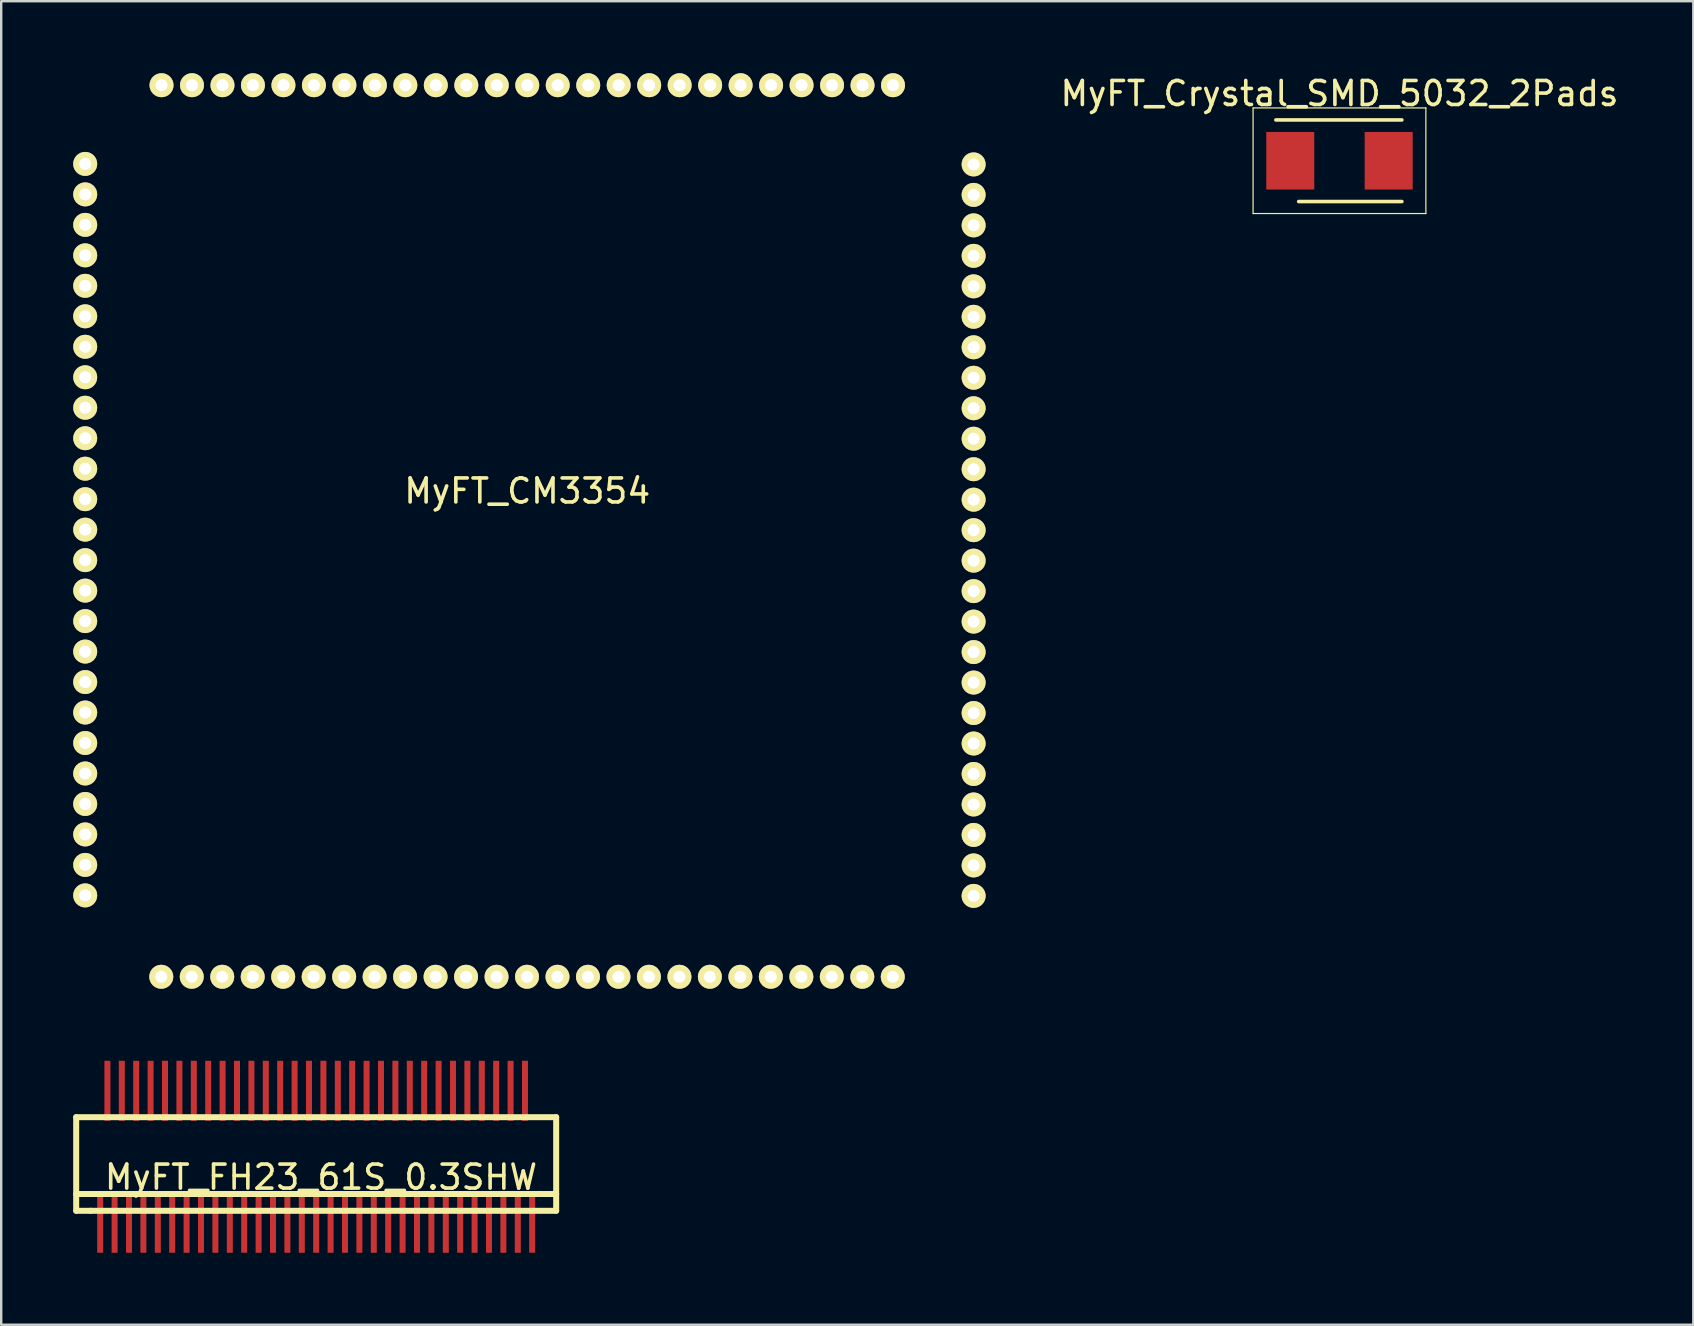
<source format=kicad_pcb>
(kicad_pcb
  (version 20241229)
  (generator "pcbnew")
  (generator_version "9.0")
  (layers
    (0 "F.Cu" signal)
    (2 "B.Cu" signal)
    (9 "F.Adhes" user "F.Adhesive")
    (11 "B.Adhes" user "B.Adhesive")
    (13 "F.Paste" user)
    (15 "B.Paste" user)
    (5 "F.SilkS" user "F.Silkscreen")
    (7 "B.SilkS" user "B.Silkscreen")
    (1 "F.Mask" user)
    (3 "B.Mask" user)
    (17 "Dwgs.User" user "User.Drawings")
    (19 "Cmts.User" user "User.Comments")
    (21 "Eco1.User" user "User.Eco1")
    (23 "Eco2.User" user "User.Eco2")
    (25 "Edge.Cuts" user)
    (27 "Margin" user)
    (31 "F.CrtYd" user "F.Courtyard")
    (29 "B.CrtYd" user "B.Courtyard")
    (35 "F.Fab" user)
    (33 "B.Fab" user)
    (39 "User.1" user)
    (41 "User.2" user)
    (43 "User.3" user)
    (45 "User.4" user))
  (footprint "MyFT_Crystal_SMD_5032_2Pads"
    (layer "F.Cu")
    (at 52.764 3.648)
    (property "Reference" "MyFT_Crystal_SMD_5032_2Pads" (at 0 -2.8 0) (layer "F.SilkS") (effects (font (size 1 1) (thickness 0.15))))
    (attr smd)
    (fp_line (start -3.6 -2.2) (end -3.6 2.2) (stroke (width 0.05) (type solid)) (layer "F.SilkS"))
    (fp_line (start -3.6 2.2) (end 3.6 2.2) (stroke (width 0.05) (type solid)) (layer "F.SilkS"))
    (fp_line (start -2.65 -1.7) (end 2.6 -1.7) (stroke (width 0.15) (type solid)) (layer "F.SilkS"))
    (fp_line (start 2.6 1.7) (end -1.7 1.7) (stroke (width 0.15) (type solid)) (layer "F.SilkS"))
    (fp_line (start 3.6 -2.2) (end -3.6 -2.2) (stroke (width 0.05) (type solid)) (layer "F.SilkS"))
    (fp_line (start 3.6 2.2) (end 3.6 -2.2) (stroke (width 0.05) (type solid)) (layer "F.SilkS"))
    (pad "1" smd rect (at -2.05 0) (size 2 2.4) (layers "F.Cu" "F.Mask" "F.Paste"))
    (pad "2" smd rect (at 2.05 0) (size 2 2.4) (layers "F.Cu" "F.Mask" "F.Paste")))
  (footprint "MyFT_FH23_61S_0.3SHW"
    (layer "F.Cu")
    (at 10.125 45.401)
    (property "Reference" "MyFT_FH23_61S_0.3SHW" (at 0.2 0.6 0) (layer "F.SilkS") (effects (font (size 1 1) (thickness 0.15))))
    (attr through_hole)
    (fp_line (start -10 -1.9) (end 10 -1.9) (stroke (width 0.25) (type solid)) (layer "F.SilkS"))
    (fp_line (start -10 1.3) (end 10 1.3) (stroke (width 0.25) (type solid)) (layer "F.SilkS"))
    (fp_line (start -10 2) (end -10 -1.9) (stroke (width 0.25) (type solid)) (layer "F.SilkS"))
    (fp_line (start -9.4 2) (end -10 2) (stroke (width 0.25) (type solid)) (layer "F.SilkS"))
    (fp_line (start 10 -1.9) (end 10 2) (stroke (width 0.25) (type solid)) (layer "F.SilkS"))
    (fp_line (start 10 2) (end -9.4 2) (stroke (width 0.25) (type solid)) (layer "F.SilkS"))
    (pad "1" connect rect (at -9 2.5) (size 0.25 2.5) (layers "F.Cu" "F.Mask"))
    (pad "2" connect rect (at -8.7 -3) (size 0.25 2.5) (layers "F.Cu" "F.Mask"))
    (pad "3" connect rect (at -8.4 2.5) (size 0.25 2.5) (layers "F.Cu" "F.Mask"))
    (pad "4" connect rect (at -8.1 -3) (size 0.25 2.5) (layers "F.Cu" "F.Mask"))
    (pad "5" connect rect (at -7.8 2.5) (size 0.25 2.5) (layers "F.Cu" "F.Mask"))
    (pad "6" connect rect (at -7.5 -3) (size 0.25 2.5) (layers "F.Cu" "F.Mask"))
    (pad "7" connect rect (at -7.2 2.5) (size 0.25 2.5) (layers "F.Cu" "F.Mask"))
    (pad "8" connect rect (at -6.9 -3) (size 0.25 2.5) (layers "F.Cu" "F.Mask"))
    (pad "9" connect rect (at -6.6 2.5) (size 0.25 2.5) (layers "F.Cu" "F.Mask"))
    (pad "10" connect rect (at -6.3 -3) (size 0.25 2.5) (layers "F.Cu" "F.Mask"))
    (pad "11" connect rect (at -6 2.5) (size 0.25 2.5) (layers "F.Cu" "F.Mask"))
    (pad "12" connect rect (at -5.7 -3) (size 0.25 2.5) (layers "F.Cu" "F.Mask"))
    (pad "13" connect rect (at -5.4 2.5) (size 0.25 2.5) (layers "F.Cu" "F.Mask"))
    (pad "14" connect rect (at -5.1 -3) (size 0.25 2.5) (layers "F.Cu" "F.Mask"))
    (pad "15" connect rect (at -4.8 2.5) (size 0.25 2.5) (layers "F.Cu" "F.Mask"))
    (pad "16" connect rect (at -4.5 -3) (size 0.25 2.5) (layers "F.Cu" "F.Mask"))
    (pad "17" connect rect (at -4.2 2.5) (size 0.25 2.5) (layers "F.Cu" "F.Mask"))
    (pad "18" connect rect (at -3.9 -3) (size 0.25 2.5) (layers "F.Cu" "F.Mask"))
    (pad "19" connect rect (at -3.6 2.5) (size 0.25 2.5) (layers "F.Cu" "F.Mask"))
    (pad "20" connect rect (at -3.3 -3) (size 0.25 2.5) (layers "F.Cu" "F.Mask"))
    (pad "21" connect rect (at -3 2.5) (size 0.25 2.5) (layers "F.Cu" "F.Mask"))
    (pad "22" connect rect (at -2.7 -3) (size 0.25 2.5) (layers "F.Cu" "F.Mask"))
    (pad "23" connect rect (at -2.4 2.5) (size 0.25 2.5) (layers "F.Cu" "F.Mask"))
    (pad "24" connect rect (at -2.1 -3) (size 0.25 2.5) (layers "F.Cu" "F.Mask"))
    (pad "25" connect rect (at -1.8 2.5) (size 0.25 2.5) (layers "F.Cu" "F.Mask"))
    (pad "26" connect rect (at -1.5 -3) (size 0.25 2.5) (layers "F.Cu" "F.Mask"))
    (pad "27" connect rect (at -1.2 2.5) (size 0.25 2.5) (layers "F.Cu" "F.Mask"))
    (pad "28" connect rect (at -0.9 -3) (size 0.25 2.5) (layers "F.Cu" "F.Mask"))
    (pad "29" connect rect (at -0.6 2.5) (size 0.25 2.5) (layers "F.Cu" "F.Mask"))
    (pad "30" connect rect (at -0.3 -3) (size 0.25 2.5) (layers "F.Cu" "F.Mask"))
    (pad "31" connect rect (at 0 2.5) (size 0.25 2.5) (layers "F.Cu" "F.Mask"))
    (pad "32" connect rect (at 0.3 -3) (size 0.25 2.5) (layers "F.Cu" "F.Mask"))
    (pad "33" connect rect (at 0.6 2.5) (size 0.25 2.5) (layers "F.Cu" "F.Mask"))
    (pad "34" connect rect (at 0.9 -3) (size 0.25 2.5) (layers "F.Cu" "F.Mask"))
    (pad "35" connect rect (at 1.2 2.5) (size 0.25 2.5) (layers "F.Cu" "F.Mask"))
    (pad "36" connect rect (at 1.5 -3) (size 0.25 2.5) (layers "F.Cu" "F.Mask"))
    (pad "37" connect rect (at 1.8 2.5) (size 0.25 2.5) (layers "F.Cu" "F.Mask"))
    (pad "38" connect rect (at 2.1 -3) (size 0.25 2.5) (layers "F.Cu" "F.Mask"))
    (pad "39" connect rect (at 2.4 2.5) (size 0.25 2.5) (layers "F.Cu" "F.Mask"))
    (pad "40" connect rect (at 2.7 -3) (size 0.25 2.5) (layers "F.Cu" "F.Mask"))
    (pad "41" connect rect (at 3 2.5) (size 0.25 2.5) (layers "F.Cu" "F.Mask"))
    (pad "42" connect rect (at 3.3 -3) (size 0.25 2.5) (layers "F.Cu" "F.Mask"))
    (pad "43" connect rect (at 3.6 2.5) (size 0.25 2.5) (layers "F.Cu" "F.Mask"))
    (pad "44" connect rect (at 3.9 -3) (size 0.25 2.5) (layers "F.Cu" "F.Mask"))
    (pad "45" connect rect (at 4.2 2.5) (size 0.25 2.5) (layers "F.Cu" "F.Mask"))
    (pad "46" connect rect (at 4.5 -3) (size 0.25 2.5) (layers "F.Cu" "F.Mask"))
    (pad "47" connect rect (at 4.8 2.5) (size 0.25 2.5) (layers "F.Cu" "F.Mask"))
    (pad "48" connect rect (at 5.1 -3) (size 0.25 2.5) (layers "F.Cu" "F.Mask"))
    (pad "49" connect rect (at 5.4 2.5) (size 0.25 2.5) (layers "F.Cu" "F.Mask"))
    (pad "50" connect rect (at 5.7 -3) (size 0.25 2.5) (layers "F.Cu" "F.Mask"))
    (pad "51" connect rect (at 6 2.5) (size 0.25 2.5) (layers "F.Cu" "F.Mask"))
    (pad "52" connect rect (at 6.3 -3) (size 0.25 2.5) (layers "F.Cu" "F.Mask"))
    (pad "53" connect rect (at 6.6 2.5) (size 0.25 2.5) (layers "F.Cu" "F.Mask"))
    (pad "54" connect rect (at 6.9 -3) (size 0.25 2.5) (layers "F.Cu" "F.Mask"))
    (pad "55" connect rect (at 7.2 2.5) (size 0.25 2.5) (layers "F.Cu" "F.Mask"))
    (pad "56" connect rect (at 7.5 -3) (size 0.25 2.5) (layers "F.Cu" "F.Mask"))
    (pad "57" connect rect (at 7.8 2.5) (size 0.25 2.5) (layers "F.Cu" "F.Mask"))
    (pad "58" connect rect (at 8.1 -3) (size 0.25 2.5) (layers "F.Cu" "F.Mask"))
    (pad "59" connect rect (at 8.4 2.5) (size 0.25 2.5) (layers "F.Cu" "F.Mask"))
    (pad "60" connect rect (at 8.7 -3) (size 0.25 2.5) (layers "F.Cu" "F.Mask"))
    (pad "61" connect rect (at 9 2.5) (size 0.25 2.5) (layers "F.Cu" "F.Mask")))
  (footprint "MyFT_CM3354"
    (layer "F.Cu")
    (at 18.92 18.68)
    (property "Reference" "MyFT_CM3354" (at 0 -1.27 0) (layer "F.SilkS") (effects (font (size 1 1) (thickness 0.15))))
    (attr through_hole)
    (fp_line (start -16.891 -16.668) (end -16.891 17.241) (stroke (width 0.15) (type solid)) (layer "Eco2.User"))
    (fp_line (start -16.891 -16.668) (end 17.018 -16.668) (stroke (width 0.15) (type solid)) (layer "Eco2.User"))
    (fp_line (start -16.891 17.369) (end 17.018 17.369) (stroke (width 0.15) (type solid)) (layer "Eco2.User"))
    (fp_line (start 17.018 -16.668) (end 17.018 17.241) (stroke (width 0.15) (type solid)) (layer "Eco2.User"))
    (pad "1" thru_hole circle (at 15.24 -18.18 270) (size 1 1) (drill 0.5) (layers "*.Cu" "*.Mask" "F.SilkS"))
    (pad "2" thru_hole circle (at 13.97 -18.18 270) (size 1 1) (drill 0.5) (layers "*.Cu" "*.Mask" "F.SilkS"))
    (pad "3" thru_hole circle (at 12.7 -18.18 270) (size 1 1) (drill 0.5) (layers "*.Cu" "*.Mask" "F.SilkS"))
    (pad "4" thru_hole circle (at 11.43 -18.18 270) (size 1 1) (drill 0.5) (layers "*.Cu" "*.Mask" "F.SilkS"))
    (pad "5" thru_hole circle (at 10.16 -18.18 270) (size 1 1) (drill 0.5) (layers "*.Cu" "*.Mask" "F.SilkS"))
    (pad "6" thru_hole circle (at 8.89 -18.18 270) (size 1 1) (drill 0.5) (layers "*.Cu" "*.Mask" "F.SilkS"))
    (pad "7" thru_hole circle (at 7.62 -18.18 270) (size 1 1) (drill 0.5) (layers "*.Cu" "*.Mask" "F.SilkS"))
    (pad "8" thru_hole circle (at 6.35 -18.18 270) (size 1 1) (drill 0.5) (layers "*.Cu" "*.Mask" "F.SilkS"))
    (pad "9" thru_hole circle (at 5.08 -18.18 270) (size 1 1) (drill 0.5) (layers "*.Cu" "*.Mask" "F.SilkS"))
    (pad "10" thru_hole circle (at 3.81 -18.18 270) (size 1 1) (drill 0.5) (layers "*.Cu" "*.Mask" "F.SilkS"))
    (pad "11" thru_hole circle (at 2.54 -18.18 270) (size 1 1) (drill 0.5) (layers "*.Cu" "*.Mask" "F.SilkS"))
    (pad "12" thru_hole circle (at 1.27 -18.18 270) (size 1 1) (drill 0.5) (layers "*.Cu" "*.Mask" "F.SilkS"))
    (pad "13" thru_hole circle (at 0 -18.18 270) (size 1 1) (drill 0.5) (layers "*.Cu" "*.Mask" "F.SilkS"))
    (pad "14" thru_hole circle (at -1.27 -18.18 270) (size 1 1) (drill 0.5) (layers "*.Cu" "*.Mask" "F.SilkS"))
    (pad "15" thru_hole circle (at -2.54 -18.18 270) (size 1 1) (drill 0.5) (layers "*.Cu" "*.Mask" "F.SilkS"))
    (pad "16" thru_hole circle (at -3.81 -18.18 270) (size 1 1) (drill 0.5) (layers "*.Cu" "*.Mask" "F.SilkS"))
    (pad "17" thru_hole circle (at -5.08 -18.18 270) (size 1 1) (drill 0.5) (layers "*.Cu" "*.Mask" "F.SilkS"))
    (pad "18" thru_hole circle (at -6.35 -18.18 270) (size 1 1) (drill 0.5) (layers "*.Cu" "*.Mask" "F.SilkS"))
    (pad "19" thru_hole circle (at -7.62 -18.18 270) (size 1 1) (drill 0.5) (layers "*.Cu" "*.Mask" "F.SilkS"))
    (pad "20" thru_hole circle (at -8.89 -18.18 270) (size 1 1) (drill 0.5) (layers "*.Cu" "*.Mask" "F.SilkS"))
    (pad "21" thru_hole circle (at -10.16 -18.18 270) (size 1 1) (drill 0.5) (layers "*.Cu" "*.Mask" "F.SilkS"))
    (pad "22" thru_hole circle (at -11.43 -18.18 270) (size 1 1) (drill 0.5) (layers "*.Cu" "*.Mask" "F.SilkS"))
    (pad "23" thru_hole circle (at -12.7 -18.18 270) (size 1 1) (drill 0.5) (layers "*.Cu" "*.Mask" "F.SilkS"))
    (pad "24" thru_hole circle (at -13.97 -18.18 270) (size 1 1) (drill 0.5) (layers "*.Cu" "*.Mask" "F.SilkS"))
    (pad "25" thru_hole circle (at -15.24 -18.18 270) (size 1 1) (drill 0.5) (layers "*.Cu" "*.Mask" "F.SilkS"))
    (pad "26" thru_hole circle (at -18.42 -14.9 270) (size 1 1) (drill 0.5) (layers "*.Cu" "*.Mask" "F.SilkS"))
    (pad "27" thru_hole circle (at -18.42 -13.63 270) (size 1 1) (drill 0.5) (layers "*.Cu" "*.Mask" "F.SilkS"))
    (pad "28" thru_hole circle (at -18.42 -12.36 270) (size 1 1) (drill 0.5) (layers "*.Cu" "*.Mask" "F.SilkS"))
    (pad "29" thru_hole circle (at -18.42 -11.09 270) (size 1 1) (drill 0.5) (layers "*.Cu" "*.Mask" "F.SilkS"))
    (pad "30" thru_hole circle (at -18.42 -9.82 270) (size 1 1) (drill 0.5) (layers "*.Cu" "*.Mask" "F.SilkS"))
    (pad "31" thru_hole circle (at -18.42 -8.55 270) (size 1 1) (drill 0.5) (layers "*.Cu" "*.Mask" "F.SilkS"))
    (pad "32" thru_hole circle (at -18.42 -7.28 270) (size 1 1) (drill 0.5) (layers "*.Cu" "*.Mask" "F.SilkS"))
    (pad "33" thru_hole circle (at -18.42 -6.01 270) (size 1 1) (drill 0.5) (layers "*.Cu" "*.Mask" "F.SilkS"))
    (pad "34" thru_hole circle (at -18.42 -4.74 270) (size 1 1) (drill 0.5) (layers "*.Cu" "*.Mask" "F.SilkS"))
    (pad "35" thru_hole circle (at -18.42 -3.47 270) (size 1 1) (drill 0.5) (layers "*.Cu" "*.Mask" "F.SilkS"))
    (pad "36" thru_hole circle (at -18.42 -2.2 270) (size 1 1) (drill 0.5) (layers "*.Cu" "*.Mask" "F.SilkS"))
    (pad "37" thru_hole circle (at -18.42 -0.93 270) (size 1 1) (drill 0.5) (layers "*.Cu" "*.Mask" "F.SilkS"))
    (pad "38" thru_hole circle (at -18.42 0.34 270) (size 1 1) (drill 0.5) (layers "*.Cu" "*.Mask" "F.SilkS"))
    (pad "39" thru_hole circle (at -18.42 1.61 270) (size 1 1) (drill 0.5) (layers "*.Cu" "*.Mask" "F.SilkS"))
    (pad "40" thru_hole circle (at -18.42 2.88 270) (size 1 1) (drill 0.5) (layers "*.Cu" "*.Mask" "F.SilkS"))
    (pad "41" thru_hole circle (at -18.42 4.15 270) (size 1 1) (drill 0.5) (layers "*.Cu" "*.Mask" "F.SilkS"))
    (pad "42" thru_hole circle (at -18.42 5.42 270) (size 1 1) (drill 0.5) (layers "*.Cu" "*.Mask" "F.SilkS"))
    (pad "43" thru_hole circle (at -18.42 6.69 270) (size 1 1) (drill 0.5) (layers "*.Cu" "*.Mask" "F.SilkS"))
    (pad "44" thru_hole circle (at -18.42 7.96 270) (size 1 1) (drill 0.5) (layers "*.Cu" "*.Mask" "F.SilkS"))
    (pad "45" thru_hole circle (at -18.42 9.23 270) (size 1 1) (drill 0.5) (layers "*.Cu" "*.Mask" "F.SilkS"))
    (pad "46" thru_hole circle (at -18.42 10.5 270) (size 1 1) (drill 0.5) (layers "*.Cu" "*.Mask" "F.SilkS"))
    (pad "47" thru_hole circle (at -18.42 11.77 270) (size 1 1) (drill 0.5) (layers "*.Cu" "*.Mask" "F.SilkS"))
    (pad "48" thru_hole circle (at -18.42 13.04 270) (size 1 1) (drill 0.5) (layers "*.Cu" "*.Mask" "F.SilkS"))
    (pad "49" thru_hole circle (at -18.42 14.31 270) (size 1 1) (drill 0.5) (layers "*.Cu" "*.Mask" "F.SilkS"))
    (pad "50" thru_hole circle (at -18.42 15.58 270) (size 1 1) (drill 0.5) (layers "*.Cu" "*.Mask" "F.SilkS"))
    (pad "51" thru_hole circle (at -15.25 18.971 270) (size 1 1) (drill 0.5) (layers "*.Cu" "*.Mask" "F.SilkS"))
    (pad "52" thru_hole circle (at -13.98 18.971 270) (size 1 1) (drill 0.5) (layers "*.Cu" "*.Mask" "F.SilkS"))
    (pad "53" thru_hole circle (at -12.71 18.971 270) (size 1 1) (drill 0.5) (layers "*.Cu" "*.Mask" "F.SilkS"))
    (pad "54" thru_hole circle (at -11.44 18.971 270) (size 1 1) (drill 0.5) (layers "*.Cu" "*.Mask" "F.SilkS"))
    (pad "55" thru_hole circle (at -10.17 18.971 270) (size 1 1) (drill 0.5) (layers "*.Cu" "*.Mask" "F.SilkS"))
    (pad "56" thru_hole circle (at -8.9 18.971 270) (size 1 1) (drill 0.5) (layers "*.Cu" "*.Mask" "F.SilkS"))
    (pad "57" thru_hole circle (at -7.63 18.971 270) (size 1 1) (drill 0.5) (layers "*.Cu" "*.Mask" "F.SilkS"))
    (pad "58" thru_hole circle (at -6.36 18.971 270) (size 1 1) (drill 0.5) (layers "*.Cu" "*.Mask" "F.SilkS"))
    (pad "59" thru_hole circle (at -5.09 18.971 270) (size 1 1) (drill 0.5) (layers "*.Cu" "*.Mask" "F.SilkS"))
    (pad "60" thru_hole circle (at -3.82 18.971 270) (size 1 1) (drill 0.5) (layers "*.Cu" "*.Mask" "F.SilkS"))
    (pad "61" thru_hole circle (at -2.55 18.971 270) (size 1 1) (drill 0.5) (layers "*.Cu" "*.Mask" "F.SilkS"))
    (pad "62" thru_hole circle (at -1.28 18.971 270) (size 1 1) (drill 0.5) (layers "*.Cu" "*.Mask" "F.SilkS"))
    (pad "63" thru_hole circle (at -0.01 18.971 270) (size 1 1) (drill 0.5) (layers "*.Cu" "*.Mask" "F.SilkS"))
    (pad "64" thru_hole circle (at 1.26 18.971 270) (size 1 1) (drill 0.5) (layers "*.Cu" "*.Mask" "F.SilkS"))
    (pad "65" thru_hole circle (at 2.53 18.971 270) (size 1 1) (drill 0.5) (layers "*.Cu" "*.Mask" "F.SilkS"))
    (pad "66" thru_hole circle (at 3.8 18.971 270) (size 1 1) (drill 0.5) (layers "*.Cu" "*.Mask" "F.SilkS"))
    (pad "67" thru_hole circle (at 5.07 18.971 270) (size 1 1) (drill 0.5) (layers "*.Cu" "*.Mask" "F.SilkS"))
    (pad "68" thru_hole circle (at 6.34 18.971 270) (size 1 1) (drill 0.5) (layers "*.Cu" "*.Mask" "F.SilkS"))
    (pad "69" thru_hole circle (at 7.61 18.971 270) (size 1 1) (drill 0.5) (layers "*.Cu" "*.Mask" "F.SilkS"))
    (pad "70" thru_hole circle (at 8.88 18.971 270) (size 1 1) (drill 0.5) (layers "*.Cu" "*.Mask" "F.SilkS"))
    (pad "71" thru_hole circle (at 10.15 18.971 270) (size 1 1) (drill 0.5) (layers "*.Cu" "*.Mask" "F.SilkS"))
    (pad "72" thru_hole circle (at 11.42 18.971 270) (size 1 1) (drill 0.5) (layers "*.Cu" "*.Mask" "F.SilkS"))
    (pad "73" thru_hole circle (at 12.69 18.971 270) (size 1 1) (drill 0.5) (layers "*.Cu" "*.Mask" "F.SilkS"))
    (pad "74" thru_hole circle (at 13.96 18.971 270) (size 1 1) (drill 0.5) (layers "*.Cu" "*.Mask" "F.SilkS"))
    (pad "75" thru_hole circle (at 15.23 18.971 270) (size 1 1) (drill 0.5) (layers "*.Cu" "*.Mask" "F.SilkS"))
    (pad "76" thru_hole circle (at 18.6 15.601 270) (size 1 1) (drill 0.5) (layers "*.Cu" "*.Mask" "F.SilkS"))
    (pad "77" thru_hole circle (at 18.6 14.331 270) (size 1 1) (drill 0.5) (layers "*.Cu" "*.Mask" "F.SilkS"))
    (pad "78" thru_hole circle (at 18.6 13.061 270) (size 1 1) (drill 0.5) (layers "*.Cu" "*.Mask" "F.SilkS"))
    (pad "79" thru_hole circle (at 18.6 11.791 270) (size 1 1) (drill 0.5) (layers "*.Cu" "*.Mask" "F.SilkS"))
    (pad "80" thru_hole circle (at 18.6 10.521 270) (size 1 1) (drill 0.5) (layers "*.Cu" "*.Mask" "F.SilkS"))
    (pad "81" thru_hole circle (at 18.6 9.251 270) (size 1 1) (drill 0.5) (layers "*.Cu" "*.Mask" "F.SilkS"))
    (pad "82" thru_hole circle (at 18.6 7.981 270) (size 1 1) (drill 0.5) (layers "*.Cu" "*.Mask" "F.SilkS"))
    (pad "83" thru_hole circle (at 18.6 6.711 270) (size 1 1) (drill 0.5) (layers "*.Cu" "*.Mask" "F.SilkS"))
    (pad "84" thru_hole circle (at 18.6 5.441 270) (size 1 1) (drill 0.5) (layers "*.Cu" "*.Mask" "F.SilkS"))
    (pad "85" thru_hole circle (at 18.6 4.171 270) (size 1 1) (drill 0.5) (layers "*.Cu" "*.Mask" "F.SilkS"))
    (pad "86" thru_hole circle (at 18.6 2.901 270) (size 1 1) (drill 0.5) (layers "*.Cu" "*.Mask" "F.SilkS"))
    (pad "87" thru_hole circle (at 18.6 1.631 270) (size 1 1) (drill 0.5) (layers "*.Cu" "*.Mask" "F.SilkS"))
    (pad "88" thru_hole circle (at 18.6 0.361 270) (size 1 1) (drill 0.5) (layers "*.Cu" "*.Mask" "F.SilkS"))
    (pad "89" thru_hole circle (at 18.6 -0.909 270) (size 1 1) (drill 0.5) (layers "*.Cu" "*.Mask" "F.SilkS"))
    (pad "90" thru_hole circle (at 18.6 -2.179 270) (size 1 1) (drill 0.5) (layers "*.Cu" "*.Mask" "F.SilkS"))
    (pad "91" thru_hole circle (at 18.6 -3.449 270) (size 1 1) (drill 0.5) (layers "*.Cu" "*.Mask" "F.SilkS"))
    (pad "92" thru_hole circle (at 18.6 -4.719 270) (size 1 1) (drill 0.5) (layers "*.Cu" "*.Mask" "F.SilkS"))
    (pad "93" thru_hole circle (at 18.6 -5.989 270) (size 1 1) (drill 0.5) (layers "*.Cu" "*.Mask" "F.SilkS"))
    (pad "94" thru_hole circle (at 18.6 -7.259 270) (size 1 1) (drill 0.5) (layers "*.Cu" "*.Mask" "F.SilkS"))
    (pad "95" thru_hole circle (at 18.6 -8.529 270) (size 1 1) (drill 0.5) (layers "*.Cu" "*.Mask" "F.SilkS"))
    (pad "96" thru_hole circle (at 18.6 -9.799 270) (size 1 1) (drill 0.5) (layers "*.Cu" "*.Mask" "F.SilkS"))
    (pad "97" thru_hole circle (at 18.6 -11.069 270) (size 1 1) (drill 0.5) (layers "*.Cu" "*.Mask" "F.SilkS"))
    (pad "98" thru_hole circle (at 18.6 -12.339 270) (size 1 1) (drill 0.5) (layers "*.Cu" "*.Mask" "F.SilkS"))
    (pad "99" thru_hole circle (at 18.6 -13.609 270) (size 1 1) (drill 0.5) (layers "*.Cu" "*.Mask" "F.SilkS"))
    (pad "100" thru_hole circle (at 18.6 -14.879 270) (size 1 1) (drill 0.5) (layers "*.Cu" "*.Mask" "F.SilkS")))
  (gr_rect
    (start -3 -3)
    (end 67.508 52.151)
    (stroke (width 0.1) (type default))
    (fill no)
    (layer "Edge.Cuts")))
</source>
